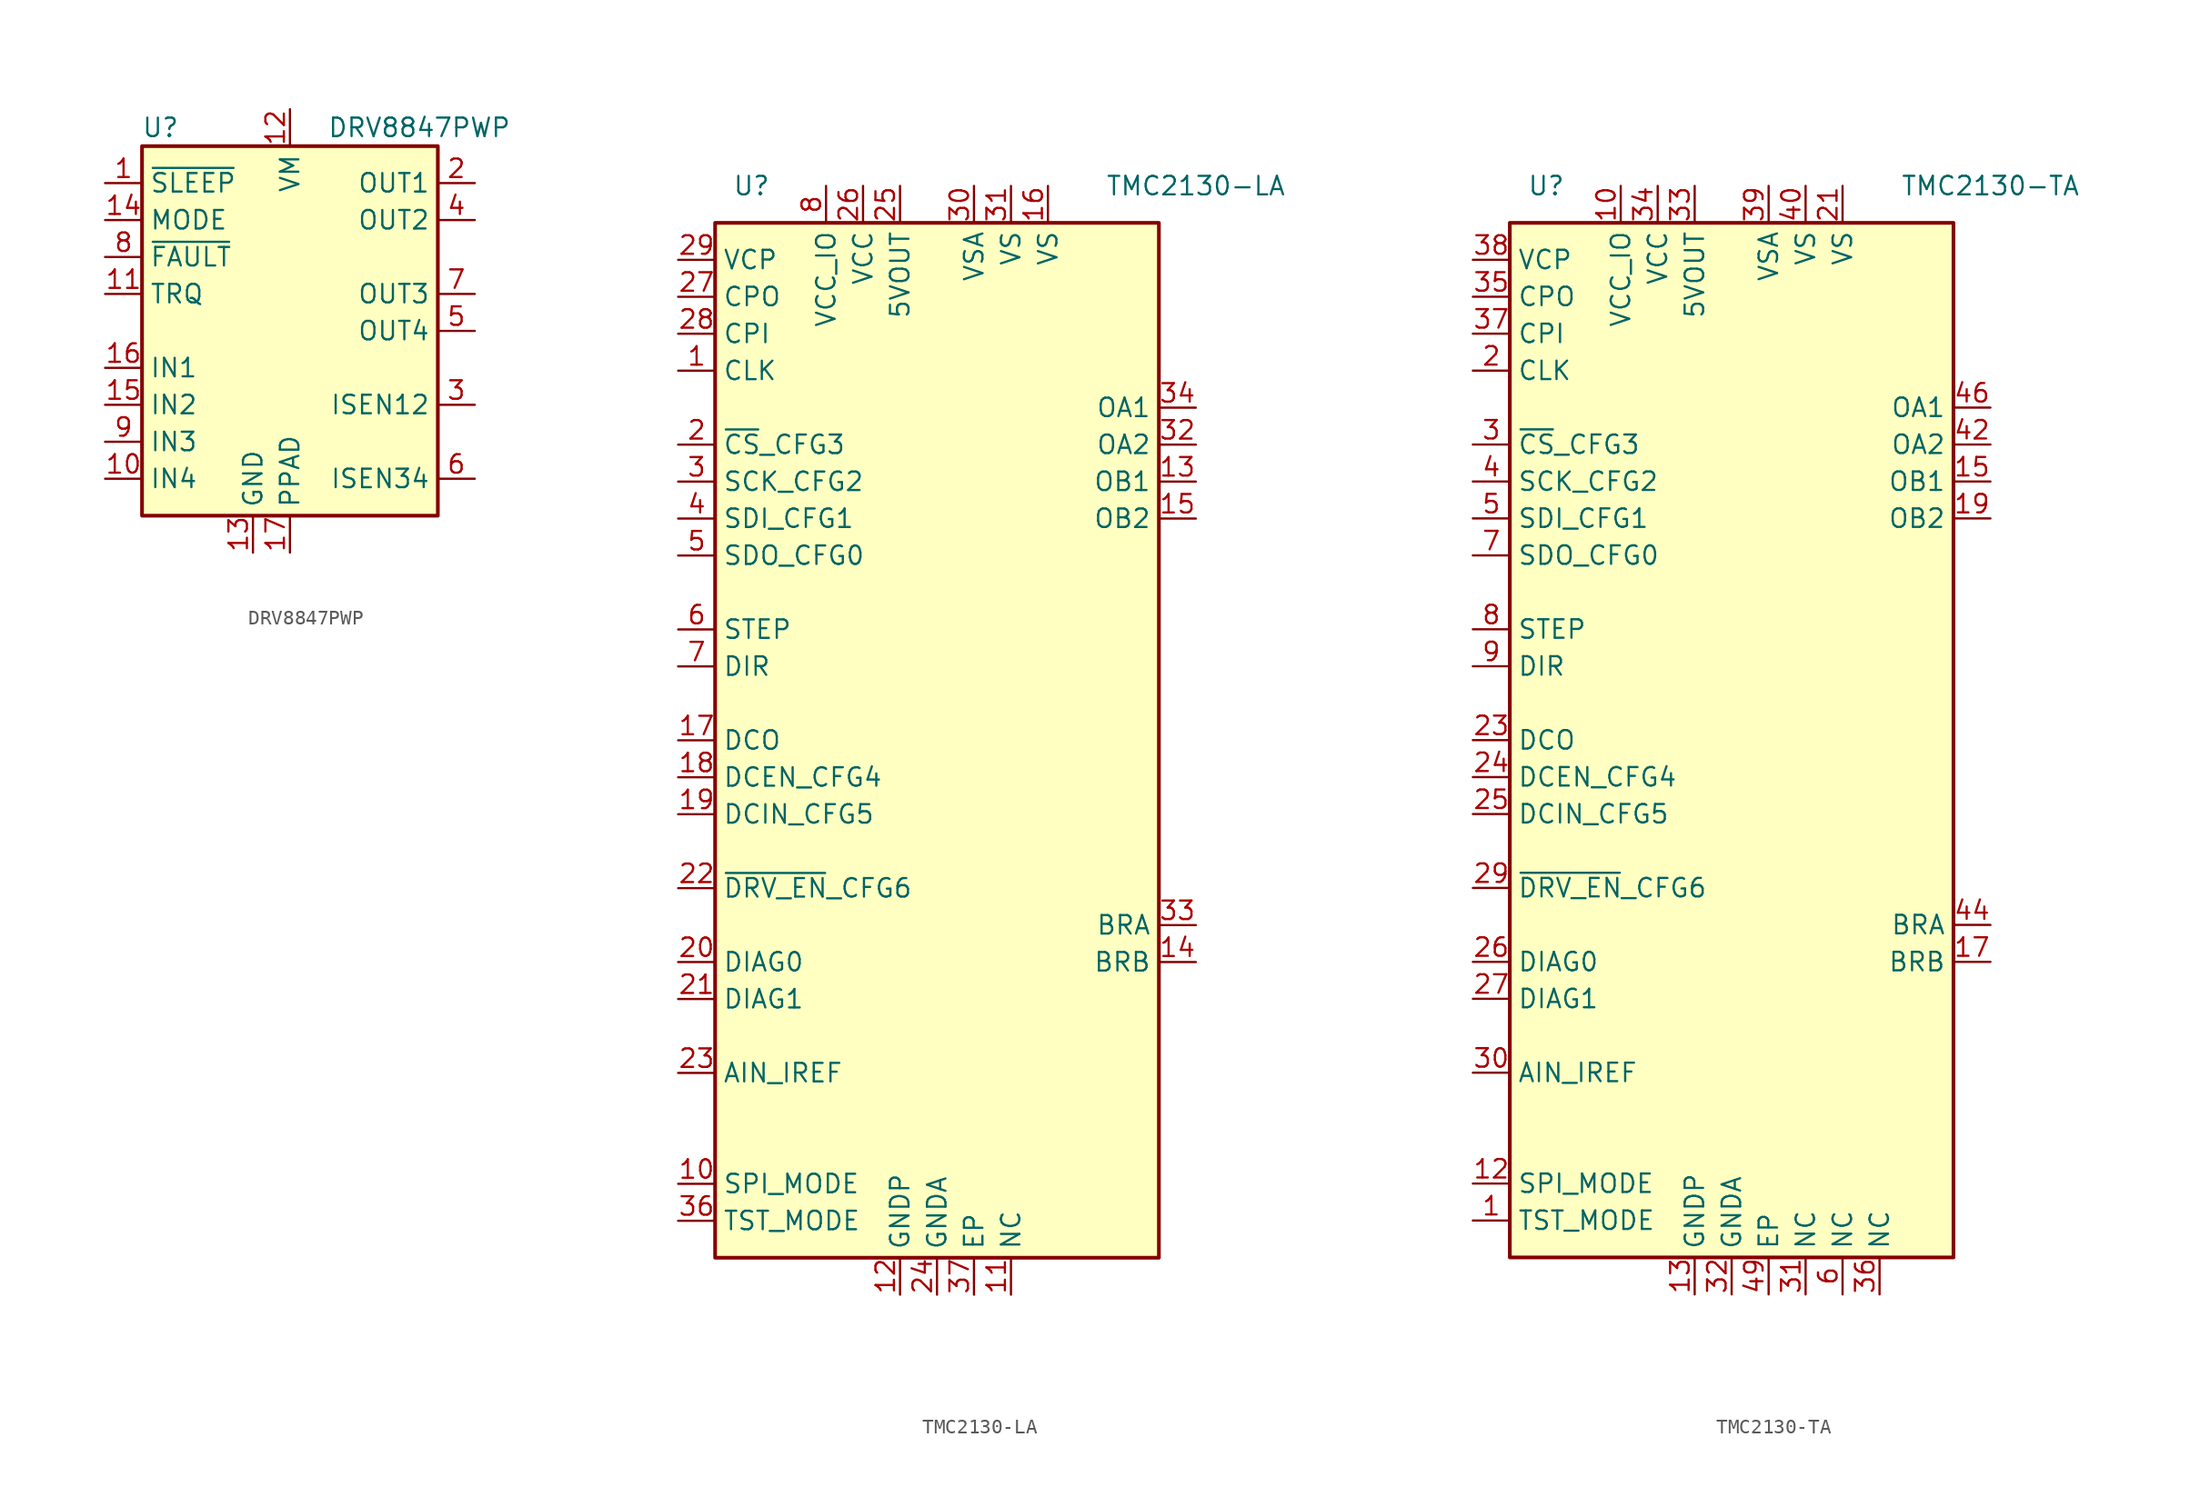
<source format=kicad_sym>
(kicad_symbol_lib
  (version 20201005)
  (generator kicad_symbol_editor)
  (symbol "DRV8847PWP"
    (property "Reference" "U"
      (at -8.89 13.97 0)
      (effects (font (size 1.27 1.27))))
    (property "Value" "DRV8847PWP"
      (at 8.89 13.97 0)
      (effects (font (size 1.27 1.27))))
    (symbol "DRV8847PWP_0_1"
      (rectangle (start -10.16 -12.7) (end 10.16 12.7) (stroke (width 0.254)) (fill (type background))))
    (symbol "DRV8847PWP_1_1"
      (pin input line (at -12.7 10.16 0) (length 2.54) (name "~SLEEP" (effects (font (size 1.27 1.27)))) (number "1" (effects (font (size 1.27 1.27)))))
      (pin input line (at -12.7 -10.16 0) (length 2.54) (name "IN4" (effects (font (size 1.27 1.27)))) (number "10" (effects (font (size 1.27 1.27)))))
      (pin input line (at -12.7 2.54 0) (length 2.54) (name "TRQ" (effects (font (size 1.27 1.27)))) (number "11" (effects (font (size 1.27 1.27)))))
      (pin power_in line (at 0 15.24 270) (length 2.54) (name "VM" (effects (font (size 1.27 1.27)))) (number "12" (effects (font (size 1.27 1.27)))))
      (pin power_in line (at -2.54 -15.24 90) (length 2.54) (name "GND" (effects (font (size 1.27 1.27)))) (number "13" (effects (font (size 1.27 1.27)))))
      (pin input line (at -12.7 7.62 0) (length 2.54) (name "MODE" (effects (font (size 1.27 1.27)))) (number "14" (effects (font (size 1.27 1.27)))))
      (pin input line (at -12.7 -5.08 0) (length 2.54) (name "IN2" (effects (font (size 1.27 1.27)))) (number "15" (effects (font (size 1.27 1.27)))))
      (pin input line (at -12.7 -2.54 0) (length 2.54) (name "IN1" (effects (font (size 1.27 1.27)))) (number "16" (effects (font (size 1.27 1.27)))))
      (pin power_in line (at 0 -15.24 90) (length 2.54) (name "PPAD" (effects (font (size 1.27 1.27)))) (number "17" (effects (font (size 1.27 1.27)))))
      (pin output line (at 12.7 10.16 180) (length 2.54) (name "OUT1" (effects (font (size 1.27 1.27)))) (number "2" (effects (font (size 1.27 1.27)))))
      (pin passive line (at 12.7 -5.08 180) (length 2.54) (name "ISEN12" (effects (font (size 1.27 1.27)))) (number "3" (effects (font (size 1.27 1.27)))))
      (pin output line (at 12.7 7.62 180) (length 2.54) (name "OUT2" (effects (font (size 1.27 1.27)))) (number "4" (effects (font (size 1.27 1.27)))))
      (pin output line (at 12.7 0 180) (length 2.54) (name "OUT4" (effects (font (size 1.27 1.27)))) (number "5" (effects (font (size 1.27 1.27)))))
      (pin passive line (at 12.7 -10.16 180) (length 2.54) (name "ISEN34" (effects (font (size 1.27 1.27)))) (number "6" (effects (font (size 1.27 1.27)))))
      (pin output line (at 12.7 2.54 180) (length 2.54) (name "OUT3" (effects (font (size 1.27 1.27)))) (number "7" (effects (font (size 1.27 1.27)))))
      (pin open_collector line (at -12.7 5.08 0) (length 2.54) (name "~FAULT" (effects (font (size 1.27 1.27)))) (number "8" (effects (font (size 1.27 1.27)))))
      (pin input line (at -12.7 -7.62 0) (length 2.54) (name "IN3" (effects (font (size 1.27 1.27)))) (number "9" (effects (font (size 1.27 1.27)))))))
  (symbol "TMC2130-LA"
    (property "Reference" "U"
      (at -11.43 38.1 0)
      (effects (font (size 1.27 1.27)) (justify right)))
    (property "Value" "TMC2130-LA"
      (at 17.78 38.1 0)
      (effects (font (size 1.27 1.27))))
    (symbol "TMC2130-LA_0_1"
      (rectangle (start -15.24 35.56) (end 15.24 -35.56) (stroke (width 0.254)) (fill (type background))))
    (symbol "TMC2130-LA_1_1"
      (pin input line (at -17.78 25.4 0) (length 2.54) (name "CLK" (effects (font (size 1.27 1.27)))) (number "1" (effects (font (size 1.27 1.27)))))
      (pin input line (at -17.78 -30.48 0) (length 2.54) (name "SPI_MODE" (effects (font (size 1.27 1.27)))) (number "10" (effects (font (size 1.27 1.27)))))
      (pin passive line (at 5.08 -38.1 90) (length 2.54) (name "NC" (effects (font (size 1.27 1.27)))) (number "11" (effects (font (size 1.27 1.27)))))
      (pin power_in line (at -2.54 -38.1 90) (length 2.54) (name "GNDP" (effects (font (size 1.27 1.27)))) (number "12" (effects (font (size 1.27 1.27)))))
      (pin output line (at 17.78 17.78 180) (length 2.54) (name "OB1" (effects (font (size 1.27 1.27)))) (number "13" (effects (font (size 1.27 1.27)))))
      (pin passive line (at 17.78 -15.24 180) (length 2.54) (name "BRB" (effects (font (size 1.27 1.27)))) (number "14" (effects (font (size 1.27 1.27)))))
      (pin output line (at 17.78 15.24 180) (length 2.54) (name "OB2" (effects (font (size 1.27 1.27)))) (number "15" (effects (font (size 1.27 1.27)))))
      (pin power_in line (at 7.62 38.1 270) (length 2.54) (name "VS" (effects (font (size 1.27 1.27)))) (number "16" (effects (font (size 1.27 1.27)))))
      (pin output line (at -17.78 0 0) (length 2.54) (name "DCO" (effects (font (size 1.27 1.27)))) (number "17" (effects (font (size 1.27 1.27)))))
      (pin input line (at -17.78 -2.54 0) (length 2.54) (name "DCEN_CFG4" (effects (font (size 1.27 1.27)))) (number "18" (effects (font (size 1.27 1.27)))))
      (pin input line (at -17.78 -5.08 0) (length 2.54) (name "DCIN_CFG5" (effects (font (size 1.27 1.27)))) (number "19" (effects (font (size 1.27 1.27)))))
      (pin input line (at -17.78 20.32 0) (length 2.54) (name "~CS~_CFG3" (effects (font (size 1.27 1.27)))) (number "2" (effects (font (size 1.27 1.27)))))
      (pin output line (at -17.78 -15.24 0) (length 2.54) (name "DIAG0" (effects (font (size 1.27 1.27)))) (number "20" (effects (font (size 1.27 1.27)))))
      (pin output line (at -17.78 -17.78 0) (length 2.54) (name "DIAG1" (effects (font (size 1.27 1.27)))) (number "21" (effects (font (size 1.27 1.27)))))
      (pin input line (at -17.78 -10.16 0) (length 2.54) (name "~DRV_EN~_CFG6" (effects (font (size 1.27 1.27)))) (number "22" (effects (font (size 1.27 1.27)))))
      (pin input line (at -17.78 -22.86 0) (length 2.54) (name "AIN_IREF" (effects (font (size 1.27 1.27)))) (number "23" (effects (font (size 1.27 1.27)))))
      (pin power_in line (at 0 -38.1 90) (length 2.54) (name "GNDA" (effects (font (size 1.27 1.27)))) (number "24" (effects (font (size 1.27 1.27)))))
      (pin power_out line (at -2.54 38.1 270) (length 2.54) (name "5VOUT" (effects (font (size 1.27 1.27)))) (number "25" (effects (font (size 1.27 1.27)))))
      (pin power_in line (at -5.08 38.1 270) (length 2.54) (name "VCC" (effects (font (size 1.27 1.27)))) (number "26" (effects (font (size 1.27 1.27)))))
      (pin passive line (at -17.78 30.48 0) (length 2.54) (name "CPO" (effects (font (size 1.27 1.27)))) (number "27" (effects (font (size 1.27 1.27)))))
      (pin passive line (at -17.78 27.94 0) (length 2.54) (name "CPI" (effects (font (size 1.27 1.27)))) (number "28" (effects (font (size 1.27 1.27)))))
      (pin passive line (at -17.78 33.02 0) (length 2.54) (name "VCP" (effects (font (size 1.27 1.27)))) (number "29" (effects (font (size 1.27 1.27)))))
      (pin input line (at -17.78 17.78 0) (length 2.54) (name "SCK_CFG2" (effects (font (size 1.27 1.27)))) (number "3" (effects (font (size 1.27 1.27)))))
      (pin power_in line (at 2.54 38.1 270) (length 2.54) (name "VSA" (effects (font (size 1.27 1.27)))) (number "30" (effects (font (size 1.27 1.27)))))
      (pin power_in line (at 5.08 38.1 270) (length 2.54) (name "VS" (effects (font (size 1.27 1.27)))) (number "31" (effects (font (size 1.27 1.27)))))
      (pin output line (at 17.78 20.32 180) (length 2.54) (name "OA2" (effects (font (size 1.27 1.27)))) (number "32" (effects (font (size 1.27 1.27)))))
      (pin passive line (at 17.78 -12.7 180) (length 2.54) (name "BRA" (effects (font (size 1.27 1.27)))) (number "33" (effects (font (size 1.27 1.27)))))
      (pin output line (at 17.78 22.86 180) (length 2.54) (name "OA1" (effects (font (size 1.27 1.27)))) (number "34" (effects (font (size 1.27 1.27)))))
      (pin passive line (at -2.54 -38.1 90) (length 2.54) hide (name "GNDP" (effects (font (size 1.27 1.27)))) (number "35" (effects (font (size 1.27 1.27)))))
      (pin input line (at -17.78 -33.02 0) (length 2.54) (name "TST_MODE" (effects (font (size 1.27 1.27)))) (number "36" (effects (font (size 1.27 1.27)))))
      (pin power_in line (at 2.54 -38.1 90) (length 2.54) (name "EP" (effects (font (size 1.27 1.27)))) (number "37" (effects (font (size 1.27 1.27)))))
      (pin input line (at -17.78 15.24 0) (length 2.54) (name "SDI_CFG1" (effects (font (size 1.27 1.27)))) (number "4" (effects (font (size 1.27 1.27)))))
      (pin bidirectional line (at -17.78 12.7 0) (length 2.54) (name "SDO_CFG0" (effects (font (size 1.27 1.27)))) (number "5" (effects (font (size 1.27 1.27)))))
      (pin input line (at -17.78 7.62 0) (length 2.54) (name "STEP" (effects (font (size 1.27 1.27)))) (number "6" (effects (font (size 1.27 1.27)))))
      (pin input line (at -17.78 5.08 0) (length 2.54) (name "DIR" (effects (font (size 1.27 1.27)))) (number "7" (effects (font (size 1.27 1.27)))))
      (pin power_in line (at -7.62 38.1 270) (length 2.54) (name "VCC_IO" (effects (font (size 1.27 1.27)))) (number "8" (effects (font (size 1.27 1.27)))))
      (pin no_connect line (at 15.24 33.02 180) (length 2.54) hide (name "DNC" (effects (font (size 1.27 1.27)))) (number "9" (effects (font (size 1.27 1.27)))))))
  (symbol "TMC2130-TA"
    (property "Reference" "U"
      (at -11.43 38.1 0)
      (effects (font (size 1.27 1.27)) (justify right)))
    (property "Value" "TMC2130-TA"
      (at 17.78 38.1 0)
      (effects (font (size 1.27 1.27))))
    (symbol "TMC2130-TA_1_1"
      (rectangle (start -15.24 35.56) (end 15.24 -35.56) (stroke (width 0.254)) (fill (type background)))
      (pin input line (at -17.78 -33.02 0) (length 2.54) (name "TST_MODE" (effects (font (size 1.27 1.27)))) (number "1" (effects (font (size 1.27 1.27)))))
      (pin power_in line (at -7.62 38.1 270) (length 2.54) (name "VCC_IO" (effects (font (size 1.27 1.27)))) (number "10" (effects (font (size 1.27 1.27)))))
      (pin no_connect line (at -15.24 -27.94 0) (length 2.54) hide (name "DNC" (effects (font (size 1.27 1.27)))) (number "11" (effects (font (size 1.27 1.27)))))
      (pin input line (at -17.78 -30.48 0) (length 2.54) (name "SPI_MODE" (effects (font (size 1.27 1.27)))) (number "12" (effects (font (size 1.27 1.27)))))
      (pin power_in line (at -2.54 -38.1 90) (length 2.54) (name "GNDP" (effects (font (size 1.27 1.27)))) (number "13" (effects (font (size 1.27 1.27)))))
      (pin no_connect line (at 15.24 12.7 180) (length 2.54) hide (name "DNC" (effects (font (size 1.27 1.27)))) (number "14" (effects (font (size 1.27 1.27)))))
      (pin output line (at 17.78 17.78 180) (length 2.54) (name "OB1" (effects (font (size 1.27 1.27)))) (number "15" (effects (font (size 1.27 1.27)))))
      (pin no_connect line (at 15.24 10.16 180) (length 2.54) hide (name "DNC" (effects (font (size 1.27 1.27)))) (number "16" (effects (font (size 1.27 1.27)))))
      (pin passive line (at 17.78 -15.24 180) (length 2.54) (name "BRB" (effects (font (size 1.27 1.27)))) (number "17" (effects (font (size 1.27 1.27)))))
      (pin no_connect line (at 15.24 7.62 180) (length 2.54) hide (name "DNC" (effects (font (size 1.27 1.27)))) (number "18" (effects (font (size 1.27 1.27)))))
      (pin output line (at 17.78 15.24 180) (length 2.54) (name "OB2" (effects (font (size 1.27 1.27)))) (number "19" (effects (font (size 1.27 1.27)))))
      (pin input line (at -17.78 25.4 0) (length 2.54) (name "CLK" (effects (font (size 1.27 1.27)))) (number "2" (effects (font (size 1.27 1.27)))))
      (pin no_connect line (at 15.24 5.08 180) (length 2.54) hide (name "DNC" (effects (font (size 1.27 1.27)))) (number "20" (effects (font (size 1.27 1.27)))))
      (pin power_in line (at 7.62 38.1 270) (length 2.54) (name "VS" (effects (font (size 1.27 1.27)))) (number "21" (effects (font (size 1.27 1.27)))))
      (pin no_connect line (at 15.24 2.54 180) (length 2.54) hide (name "DNC" (effects (font (size 1.27 1.27)))) (number "22" (effects (font (size 1.27 1.27)))))
      (pin output line (at -17.78 0 0) (length 2.54) (name "DCO" (effects (font (size 1.27 1.27)))) (number "23" (effects (font (size 1.27 1.27)))))
      (pin input line (at -17.78 -2.54 0) (length 2.54) (name "DCEN_CFG4" (effects (font (size 1.27 1.27)))) (number "24" (effects (font (size 1.27 1.27)))))
      (pin input line (at -17.78 -5.08 0) (length 2.54) (name "DCIN_CFG5" (effects (font (size 1.27 1.27)))) (number "25" (effects (font (size 1.27 1.27)))))
      (pin output line (at -17.78 -15.24 0) (length 2.54) (name "DIAG0" (effects (font (size 1.27 1.27)))) (number "26" (effects (font (size 1.27 1.27)))))
      (pin output line (at -17.78 -17.78 0) (length 2.54) (name "DIAG1" (effects (font (size 1.27 1.27)))) (number "27" (effects (font (size 1.27 1.27)))))
      (pin no_connect line (at -15.24 -20.32 0) (length 2.54) hide (name "DNC" (effects (font (size 1.27 1.27)))) (number "28" (effects (font (size 1.27 1.27)))))
      (pin input line (at -17.78 -10.16 0) (length 2.54) (name "~DRV_EN~_CFG6" (effects (font (size 1.27 1.27)))) (number "29" (effects (font (size 1.27 1.27)))))
      (pin input line (at -17.78 20.32 0) (length 2.54) (name "~CS~_CFG3" (effects (font (size 1.27 1.27)))) (number "3" (effects (font (size 1.27 1.27)))))
      (pin input line (at -17.78 -22.86 0) (length 2.54) (name "AIN_IREF" (effects (font (size 1.27 1.27)))) (number "30" (effects (font (size 1.27 1.27)))))
      (pin passive line (at 5.08 -38.1 90) (length 2.54) (name "NC" (effects (font (size 1.27 1.27)))) (number "31" (effects (font (size 1.27 1.27)))))
      (pin power_in line (at 0 -38.1 90) (length 2.54) (name "GNDA" (effects (font (size 1.27 1.27)))) (number "32" (effects (font (size 1.27 1.27)))))
      (pin power_out line (at -2.54 38.1 270) (length 2.54) (name "5VOUT" (effects (font (size 1.27 1.27)))) (number "33" (effects (font (size 1.27 1.27)))))
      (pin power_in line (at -5.08 38.1 270) (length 2.54) (name "VCC" (effects (font (size 1.27 1.27)))) (number "34" (effects (font (size 1.27 1.27)))))
      (pin passive line (at -17.78 30.48 0) (length 2.54) (name "CPO" (effects (font (size 1.27 1.27)))) (number "35" (effects (font (size 1.27 1.27)))))
      (pin passive line (at 10.16 -38.1 90) (length 2.54) (name "NC" (effects (font (size 1.27 1.27)))) (number "36" (effects (font (size 1.27 1.27)))))
      (pin passive line (at -17.78 27.94 0) (length 2.54) (name "CPI" (effects (font (size 1.27 1.27)))) (number "37" (effects (font (size 1.27 1.27)))))
      (pin passive line (at -17.78 33.02 0) (length 2.54) (name "VCP" (effects (font (size 1.27 1.27)))) (number "38" (effects (font (size 1.27 1.27)))))
      (pin power_in line (at 2.54 38.1 270) (length 2.54) (name "VSA" (effects (font (size 1.27 1.27)))) (number "39" (effects (font (size 1.27 1.27)))))
      (pin input line (at -17.78 17.78 0) (length 2.54) (name "SCK_CFG2" (effects (font (size 1.27 1.27)))) (number "4" (effects (font (size 1.27 1.27)))))
      (pin power_in line (at 5.08 38.1 270) (length 2.54) (name "VS" (effects (font (size 1.27 1.27)))) (number "40" (effects (font (size 1.27 1.27)))))
      (pin no_connect line (at 15.24 33.02 180) (length 2.54) hide (name "DNC" (effects (font (size 1.27 1.27)))) (number "41" (effects (font (size 1.27 1.27)))))
      (pin output line (at 17.78 20.32 180) (length 2.54) (name "OA2" (effects (font (size 1.27 1.27)))) (number "42" (effects (font (size 1.27 1.27)))))
      (pin no_connect line (at 15.24 30.48 180) (length 2.54) hide (name "DNC" (effects (font (size 1.27 1.27)))) (number "43" (effects (font (size 1.27 1.27)))))
      (pin passive line (at 17.78 -12.7 180) (length 2.54) (name "BRA" (effects (font (size 1.27 1.27)))) (number "44" (effects (font (size 1.27 1.27)))))
      (pin no_connect line (at 15.24 27.94 180) (length 2.54) hide (name "DNC" (effects (font (size 1.27 1.27)))) (number "45" (effects (font (size 1.27 1.27)))))
      (pin output line (at 17.78 22.86 180) (length 2.54) (name "OA1" (effects (font (size 1.27 1.27)))) (number "46" (effects (font (size 1.27 1.27)))))
      (pin no_connect line (at 15.24 25.4 180) (length 2.54) hide (name "DNC" (effects (font (size 1.27 1.27)))) (number "47" (effects (font (size 1.27 1.27)))))
      (pin passive line (at -2.54 -38.1 90) (length 2.54) hide (name "GNDP" (effects (font (size 1.27 1.27)))) (number "48" (effects (font (size 1.27 1.27)))))
      (pin power_in line (at 2.54 -38.1 90) (length 2.54) (name "EP" (effects (font (size 1.27 1.27)))) (number "49" (effects (font (size 1.27 1.27)))))
      (pin input line (at -17.78 15.24 0) (length 2.54) (name "SDI_CFG1" (effects (font (size 1.27 1.27)))) (number "5" (effects (font (size 1.27 1.27)))))
      (pin passive line (at 7.62 -38.1 90) (length 2.54) (name "NC" (effects (font (size 1.27 1.27)))) (number "6" (effects (font (size 1.27 1.27)))))
      (pin bidirectional line (at -17.78 12.7 0) (length 2.54) (name "SDO_CFG0" (effects (font (size 1.27 1.27)))) (number "7" (effects (font (size 1.27 1.27)))))
      (pin input line (at -17.78 7.62 0) (length 2.54) (name "STEP" (effects (font (size 1.27 1.27)))) (number "8" (effects (font (size 1.27 1.27)))))
      (pin input line (at -17.78 5.08 0) (length 2.54) (name "DIR" (effects (font (size 1.27 1.27)))) (number "9" (effects (font (size 1.27 1.27))))))))
</source>
